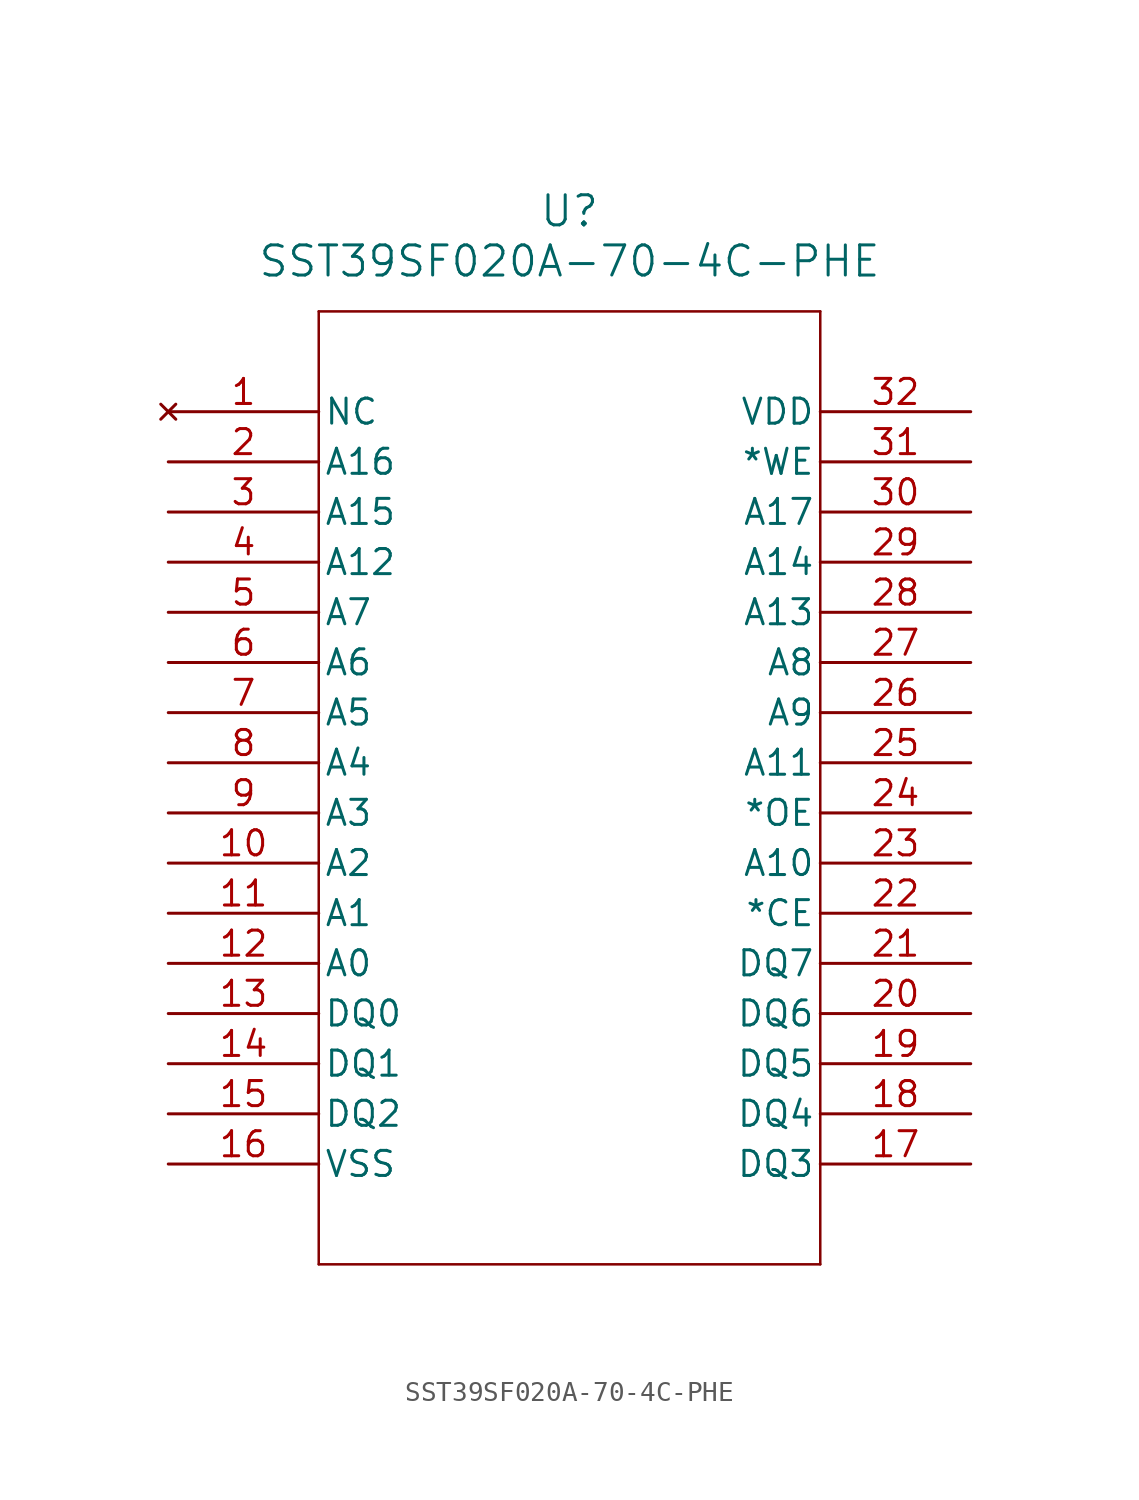
<source format=kicad_sym>
(kicad_symbol_lib
  (version 20211014)
  (generator kicad_symbol_editor)
  (symbol "SST39SF020A-70-4C-PHE"
    (pin_names
      (offset 0.254))
    (property "Reference" "U"
      (at 20.32 10.16 0)
      (effects (font (size 1.524 1.524))))
    (property "Value" "SST39SF020A-70-4C-PHE"
      (at 20.32 7.62 0)
      (effects (font (size 1.524 1.524))))
    (symbol "SST39SF020A-70-4C-PHE_0_1"
      (polyline (pts (xy 7.62 5.08) (xy 7.62 -43.18)) (stroke (width 0.127) (type default) (color 0 0 0 0)) (fill (type none)))
      (polyline (pts (xy 7.62 -43.18) (xy 33.02 -43.18)) (stroke (width 0.127) (type default) (color 0 0 0 0)) (fill (type none)))
      (polyline (pts (xy 33.02 -43.18) (xy 33.02 5.08)) (stroke (width 0.127) (type default) (color 0 0 0 0)) (fill (type none)))
      (polyline (pts (xy 33.02 5.08) (xy 7.62 5.08)) (stroke (width 0.127) (type default) (color 0 0 0 0)) (fill (type none)))
      (pin no_connect line (at 0 0 0) (length 7.62) (name "NC" (effects (font (size 1.27 1.27)))) (number "1" (effects (font (size 1.27 1.27)))))
      (pin input line (at 0 -2.54 0) (length 7.62) (name "A16" (effects (font (size 1.27 1.27)))) (number "2" (effects (font (size 1.27 1.27)))))
      (pin input line (at 0 -5.08 0) (length 7.62) (name "A15" (effects (font (size 1.27 1.27)))) (number "3" (effects (font (size 1.27 1.27)))))
      (pin input line (at 0 -7.62 0) (length 7.62) (name "A12" (effects (font (size 1.27 1.27)))) (number "4" (effects (font (size 1.27 1.27)))))
      (pin input line (at 0 -10.16 0) (length 7.62) (name "A7" (effects (font (size 1.27 1.27)))) (number "5" (effects (font (size 1.27 1.27)))))
      (pin input line (at 0 -12.7 0) (length 7.62) (name "A6" (effects (font (size 1.27 1.27)))) (number "6" (effects (font (size 1.27 1.27)))))
      (pin input line (at 0 -15.24 0) (length 7.62) (name "A5" (effects (font (size 1.27 1.27)))) (number "7" (effects (font (size 1.27 1.27)))))
      (pin input line (at 0 -17.78 0) (length 7.62) (name "A4" (effects (font (size 1.27 1.27)))) (number "8" (effects (font (size 1.27 1.27)))))
      (pin input line (at 0 -20.32 0) (length 7.62) (name "A3" (effects (font (size 1.27 1.27)))) (number "9" (effects (font (size 1.27 1.27)))))
      (pin input line (at 0 -22.86 0) (length 7.62) (name "A2" (effects (font (size 1.27 1.27)))) (number "10" (effects (font (size 1.27 1.27)))))
      (pin input line (at 0 -25.4 0) (length 7.62) (name "A1" (effects (font (size 1.27 1.27)))) (number "11" (effects (font (size 1.27 1.27)))))
      (pin input line (at 0 -27.94 0) (length 7.62) (name "A0" (effects (font (size 1.27 1.27)))) (number "12" (effects (font (size 1.27 1.27)))))
      (pin bidirectional line (at 0 -30.48 0) (length 7.62) (name "DQ0" (effects (font (size 1.27 1.27)))) (number "13" (effects (font (size 1.27 1.27)))))
      (pin bidirectional line (at 0 -33.02 0) (length 7.62) (name "DQ1" (effects (font (size 1.27 1.27)))) (number "14" (effects (font (size 1.27 1.27)))))
      (pin bidirectional line (at 0 -35.56 0) (length 7.62) (name "DQ2" (effects (font (size 1.27 1.27)))) (number "15" (effects (font (size 1.27 1.27)))))
      (pin power_in line (at 0 -38.1 0) (length 7.62) (name "VSS" (effects (font (size 1.27 1.27)))) (number "16" (effects (font (size 1.27 1.27)))))
      (pin bidirectional line (at 40.64 -38.1 180) (length 7.62) (name "DQ3" (effects (font (size 1.27 1.27)))) (number "17" (effects (font (size 1.27 1.27)))))
      (pin bidirectional line (at 40.64 -35.56 180) (length 7.62) (name "DQ4" (effects (font (size 1.27 1.27)))) (number "18" (effects (font (size 1.27 1.27)))))
      (pin bidirectional line (at 40.64 -33.02 180) (length 7.62) (name "DQ5" (effects (font (size 1.27 1.27)))) (number "19" (effects (font (size 1.27 1.27)))))
      (pin bidirectional line (at 40.64 -30.48 180) (length 7.62) (name "DQ6" (effects (font (size 1.27 1.27)))) (number "20" (effects (font (size 1.27 1.27)))))
      (pin bidirectional line (at 40.64 -27.94 180) (length 7.62) (name "DQ7" (effects (font (size 1.27 1.27)))) (number "21" (effects (font (size 1.27 1.27)))))
      (pin unspecified line (at 40.64 -25.4 180) (length 7.62) (name "*CE" (effects (font (size 1.27 1.27)))) (number "22" (effects (font (size 1.27 1.27)))))
      (pin input line (at 40.64 -22.86 180) (length 7.62) (name "A10" (effects (font (size 1.27 1.27)))) (number "23" (effects (font (size 1.27 1.27)))))
      (pin output line (at 40.64 -20.32 180) (length 7.62) (name "*OE" (effects (font (size 1.27 1.27)))) (number "24" (effects (font (size 1.27 1.27)))))
      (pin input line (at 40.64 -17.78 180) (length 7.62) (name "A11" (effects (font (size 1.27 1.27)))) (number "25" (effects (font (size 1.27 1.27)))))
      (pin input line (at 40.64 -15.24 180) (length 7.62) (name "A9" (effects (font (size 1.27 1.27)))) (number "26" (effects (font (size 1.27 1.27)))))
      (pin input line (at 40.64 -12.7 180) (length 7.62) (name "A8" (effects (font (size 1.27 1.27)))) (number "27" (effects (font (size 1.27 1.27)))))
      (pin input line (at 40.64 -10.16 180) (length 7.62) (name "A13" (effects (font (size 1.27 1.27)))) (number "28" (effects (font (size 1.27 1.27)))))
      (pin input line (at 40.64 -7.62 180) (length 7.62) (name "A14" (effects (font (size 1.27 1.27)))) (number "29" (effects (font (size 1.27 1.27)))))
      (pin input line (at 40.64 -5.08 180) (length 7.62) (name "A17" (effects (font (size 1.27 1.27)))) (number "30" (effects (font (size 1.27 1.27)))))
      (pin unspecified line (at 40.64 -2.54 180) (length 7.62) (name "*WE" (effects (font (size 1.27 1.27)))) (number "31" (effects (font (size 1.27 1.27)))))
      (pin power_in line (at 40.64 0 180) (length 7.62) (name "VDD" (effects (font (size 1.27 1.27)))) (number "32" (effects (font (size 1.27 1.27))))))))
</source>
